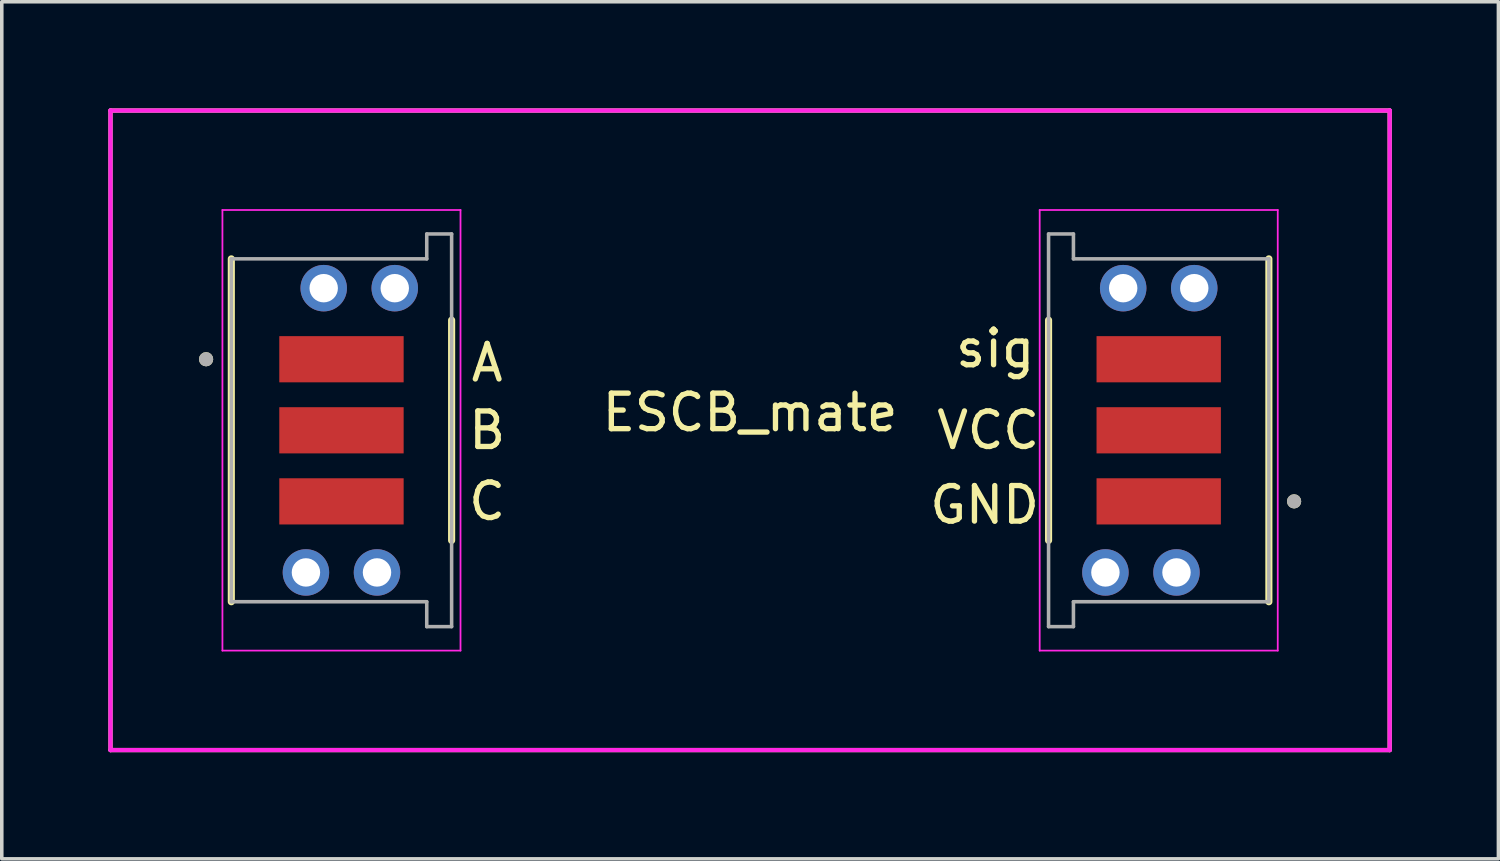
<source format=kicad_pcb>
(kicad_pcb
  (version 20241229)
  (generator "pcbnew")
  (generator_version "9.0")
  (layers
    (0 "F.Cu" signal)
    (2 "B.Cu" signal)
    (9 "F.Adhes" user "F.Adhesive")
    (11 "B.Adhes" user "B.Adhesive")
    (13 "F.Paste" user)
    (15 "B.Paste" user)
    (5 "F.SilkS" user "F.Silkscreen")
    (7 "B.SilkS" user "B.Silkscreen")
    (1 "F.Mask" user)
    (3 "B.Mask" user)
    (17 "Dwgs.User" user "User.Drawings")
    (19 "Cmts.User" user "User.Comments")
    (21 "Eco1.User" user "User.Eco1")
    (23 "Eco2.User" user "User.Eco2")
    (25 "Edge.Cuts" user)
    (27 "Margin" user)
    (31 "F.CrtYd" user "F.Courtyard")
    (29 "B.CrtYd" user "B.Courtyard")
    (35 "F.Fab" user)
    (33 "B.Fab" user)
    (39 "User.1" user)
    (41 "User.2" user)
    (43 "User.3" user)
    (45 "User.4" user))
  (footprint "ESCB_mate"
    (layer "F.Cu")
    (at 18.06 9.06)
    (property "Reference" "ESCB_mate" (at 0 -0.5 0) (unlocked yes) (layer "F.SilkS") (effects (font (size 1 1) (thickness 0.15))))
    (attr smd)
    (fp_line (start -18 -9) (end -18 9) (stroke (width 0.12) (type solid)) (layer "F.SilkS"))
    (fp_line (start -18 9) (end 18 9) (stroke (width 0.12) (type solid)) (layer "F.SilkS"))
    (fp_line (start -14.6 4.825) (end -14.6 -4.825) (stroke (width 0.2) (type solid)) (layer "F.SilkS"))
    (fp_line (start -8.4 -3.1) (end -8.4 3.1) (stroke (width 0.2) (type solid)) (layer "F.SilkS"))
    (fp_line (start 8.4 3.1) (end 8.4 -3.1) (stroke (width 0.2) (type solid)) (layer "F.SilkS"))
    (fp_line (start 14.6 -4.825) (end 14.6 4.825) (stroke (width 0.2) (type solid)) (layer "F.SilkS"))
    (fp_line (start 18 -9) (end -18 -9) (stroke (width 0.12) (type solid)) (layer "F.SilkS"))
    (fp_line (start 18 9) (end 18 -9) (stroke (width 0.12) (type solid)) (layer "F.SilkS"))
    (fp_circle (center -15.31 -2) (end -15.31 -1.9) (stroke (width 0.2) (type solid)) (fill no) (layer "F.SilkS"))
    (fp_circle (center 15.31 2) (end 15.31 1.9) (stroke (width 0.2) (type solid)) (fill no) (layer "F.SilkS"))
    (fp_poly (pts (xy -11.85 3.5) (xy -11.85 5.95) (xy -14.13 5.95) (xy -14.13 3.5)) (stroke (width 0.01) (type solid)) (fill yes) (layer "F.Paste"))
    (fp_poly (pts (xy -11.35 -5.95) (xy -11.35 -3.5) (xy -13.63 -3.5) (xy -13.63 -5.95)) (stroke (width 0.01) (type solid)) (fill yes) (layer "F.Paste"))
    (fp_poly (pts (xy -8.87 3.5) (xy -8.87 5.95) (xy -11.15 5.95) (xy -11.15 3.5)) (stroke (width 0.01) (type solid)) (fill yes) (layer "F.Paste"))
    (fp_poly (pts (xy -8.37 -5.95) (xy -8.37 -3.5) (xy -10.65 -3.5) (xy -10.65 -5.95)) (stroke (width 0.01) (type solid)) (fill yes) (layer "F.Paste"))
    (fp_poly (pts (xy 8.37 5.95) (xy 8.37 3.5) (xy 10.65 3.5) (xy 10.65 5.95)) (stroke (width 0.01) (type solid)) (fill yes) (layer "F.Paste"))
    (fp_poly (pts (xy 8.87 -3.5) (xy 8.87 -5.95) (xy 11.15 -5.95) (xy 11.15 -3.5)) (stroke (width 0.01) (type solid)) (fill yes) (layer "F.Paste"))
    (fp_poly (pts (xy 11.35 5.95) (xy 11.35 3.5) (xy 13.63 3.5) (xy 13.63 5.95)) (stroke (width 0.01) (type solid)) (fill yes) (layer "F.Paste"))
    (fp_poly (pts (xy 11.85 -3.5) (xy 11.85 -5.95) (xy 14.13 -5.95) (xy 14.13 -3.5)) (stroke (width 0.01) (type solid)) (fill yes) (layer "F.Paste"))
    (fp_line (start -18 -9) (end -18 9) (stroke (width 0.12) (type solid)) (layer "F.CrtYd"))
    (fp_line (start -18 9) (end 18 9) (stroke (width 0.12) (type solid)) (layer "F.CrtYd"))
    (fp_line (start -14.85 -6.2) (end -8.15 -6.2) (stroke (width 0.05) (type solid)) (layer "F.CrtYd"))
    (fp_line (start -14.85 6.2) (end -14.85 -6.2) (stroke (width 0.05) (type solid)) (layer "F.CrtYd"))
    (fp_line (start -8.15 -6.2) (end -8.15 6.2) (stroke (width 0.05) (type solid)) (layer "F.CrtYd"))
    (fp_line (start -8.15 6.2) (end -14.85 6.2) (stroke (width 0.05) (type solid)) (layer "F.CrtYd"))
    (fp_line (start 8.15 -6.2) (end 14.85 -6.2) (stroke (width 0.05) (type solid)) (layer "F.CrtYd"))
    (fp_line (start 8.15 6.2) (end 8.15 -6.2) (stroke (width 0.05) (type solid)) (layer "F.CrtYd"))
    (fp_line (start 14.85 -6.2) (end 14.85 6.2) (stroke (width 0.05) (type solid)) (layer "F.CrtYd"))
    (fp_line (start 14.85 6.2) (end 8.15 6.2) (stroke (width 0.05) (type solid)) (layer "F.CrtYd"))
    (fp_line (start 18 -9) (end -18 -9) (stroke (width 0.12) (type solid)) (layer "F.CrtYd"))
    (fp_line (start 18 9) (end 18 -9) (stroke (width 0.12) (type solid)) (layer "F.CrtYd"))
    (fp_line (start -14.6 -4.825) (end -9.1 -4.825) (stroke (width 0.1) (type solid)) (layer "F.Fab"))
    (fp_line (start -14.6 4.825) (end -14.6 -4.825) (stroke (width 0.1) (type solid)) (layer "F.Fab"))
    (fp_line (start -9.1 -5.525) (end -8.4 -5.525) (stroke (width 0.1) (type solid)) (layer "F.Fab"))
    (fp_line (start -9.1 -4.825) (end -9.1 -5.525) (stroke (width 0.1) (type solid)) (layer "F.Fab"))
    (fp_line (start -9.1 4.825) (end -14.6 4.825) (stroke (width 0.1) (type solid)) (layer "F.Fab"))
    (fp_line (start -9.1 5.525) (end -9.1 4.825) (stroke (width 0.1) (type solid)) (layer "F.Fab"))
    (fp_line (start -8.4 -5.525) (end -8.4 5.525) (stroke (width 0.1) (type solid)) (layer "F.Fab"))
    (fp_line (start -8.4 5.525) (end -9.1 5.525) (stroke (width 0.1) (type solid)) (layer "F.Fab"))
    (fp_line (start 8.4 -5.525) (end 9.1 -5.525) (stroke (width 0.1) (type solid)) (layer "F.Fab"))
    (fp_line (start 8.4 5.525) (end 8.4 -5.525) (stroke (width 0.1) (type solid)) (layer "F.Fab"))
    (fp_line (start 9.1 -5.525) (end 9.1 -4.825) (stroke (width 0.1) (type solid)) (layer "F.Fab"))
    (fp_line (start 9.1 -4.825) (end 14.6 -4.825) (stroke (width 0.1) (type solid)) (layer "F.Fab"))
    (fp_line (start 9.1 4.825) (end 9.1 5.525) (stroke (width 0.1) (type solid)) (layer "F.Fab"))
    (fp_line (start 9.1 5.525) (end 8.4 5.525) (stroke (width 0.1) (type solid)) (layer "F.Fab"))
    (fp_line (start 14.6 -4.825) (end 14.6 4.825) (stroke (width 0.1) (type solid)) (layer "F.Fab"))
    (fp_line (start 14.6 4.825) (end 9.1 4.825) (stroke (width 0.1) (type solid)) (layer "F.Fab"))
    (fp_circle (center -15.31 -2) (end -15.31 -1.9) (stroke (width 0.2) (type solid)) (fill no) (layer "F.Fab"))
    (fp_circle (center 15.31 2) (end 15.31 1.9) (stroke (width 0.2) (type solid)) (fill no) (layer "F.Fab"))
    (fp_text user "GND" (at 6.6 2.1 0) (unlocked yes) (layer "F.SilkS") (effects (font (size 1 1) (thickness 0.15))))
    (fp_text user "sig" (at 6.9 -2.3 0) (unlocked yes) (layer "F.SilkS") (effects (font (size 1 1) (thickness 0.15))))
    (fp_text user "B" (at -7.4 0 0) (unlocked yes) (layer "F.SilkS") (effects (font (size 1 1) (thickness 0.15))))
    (fp_text user "A" (at -7.4 -1.9 0) (unlocked yes) (layer "F.SilkS") (effects (font (size 1 1) (thickness 0.15))))
    (fp_text user "C" (at -7.4 2 0) (unlocked yes) (layer "F.SilkS") (effects (font (size 1 1) (thickness 0.15))))
    (fp_text user "VCC" (at 6.7 0 0) (unlocked yes) (layer "F.SilkS") (effects (font (size 1 1) (thickness 0.15))))
    (pad "" thru_hole circle (at -12.5 4 270) (size 1.308 1.308) (drill 0.8) (layers "*.Cu" "*.Mask"))
    (pad "" thru_hole circle (at -12 -4 270) (size 1.308 1.308) (drill 0.8) (layers "*.Cu" "*.Mask"))
    (pad "" thru_hole circle (at -10.5 4 270) (size 1.308 1.308) (drill 0.8) (layers "*.Cu" "*.Mask"))
    (pad "" thru_hole circle (at -10 -4 270) (size 1.308 1.308) (drill 0.8) (layers "*.Cu" "*.Mask"))
    (pad "" thru_hole circle (at 10 4 90) (size 1.308 1.308) (drill 0.8) (layers "*.Cu" "*.Mask"))
    (pad "" thru_hole circle (at 10.5 -4 90) (size 1.308 1.308) (drill 0.8) (layers "*.Cu" "*.Mask"))
    (pad "" thru_hole circle (at 12 4 90) (size 1.308 1.308) (drill 0.8) (layers "*.Cu" "*.Mask"))
    (pad "" thru_hole circle (at 12.5 -4 90) (size 1.308 1.308) (drill 0.8) (layers "*.Cu" "*.Mask"))
    (pad "1" smd rect (at -11.5 -2 270) (size 1.3 3.5) (layers "F.Cu" "F.Mask" "F.Paste"))
    (pad "2" smd rect (at -11.5 0 270) (size 1.3 3.5) (layers "F.Cu" "F.Mask" "F.Paste"))
    (pad "3" smd rect (at -11.5 2 270) (size 1.3 3.5) (layers "F.Cu" "F.Mask" "F.Paste"))
    (pad "4" smd rect (at 11.5 2 90) (size 1.3 3.5) (layers "F.Cu" "F.Mask" "F.Paste"))
    (pad "5" smd rect (at 11.5 0 90) (size 1.3 3.5) (layers "F.Cu" "F.Mask" "F.Paste"))
    (pad "6" smd rect (at 11.5 -2 90) (size 1.3 3.5) (layers "F.Cu" "F.Mask" "F.Paste")))
  (gr_rect
    (start -3 -3)
    (end 39.12 21.12)
    (stroke (width 0.1) (type default))
    (fill no)
    (layer "Edge.Cuts")))
</source>
